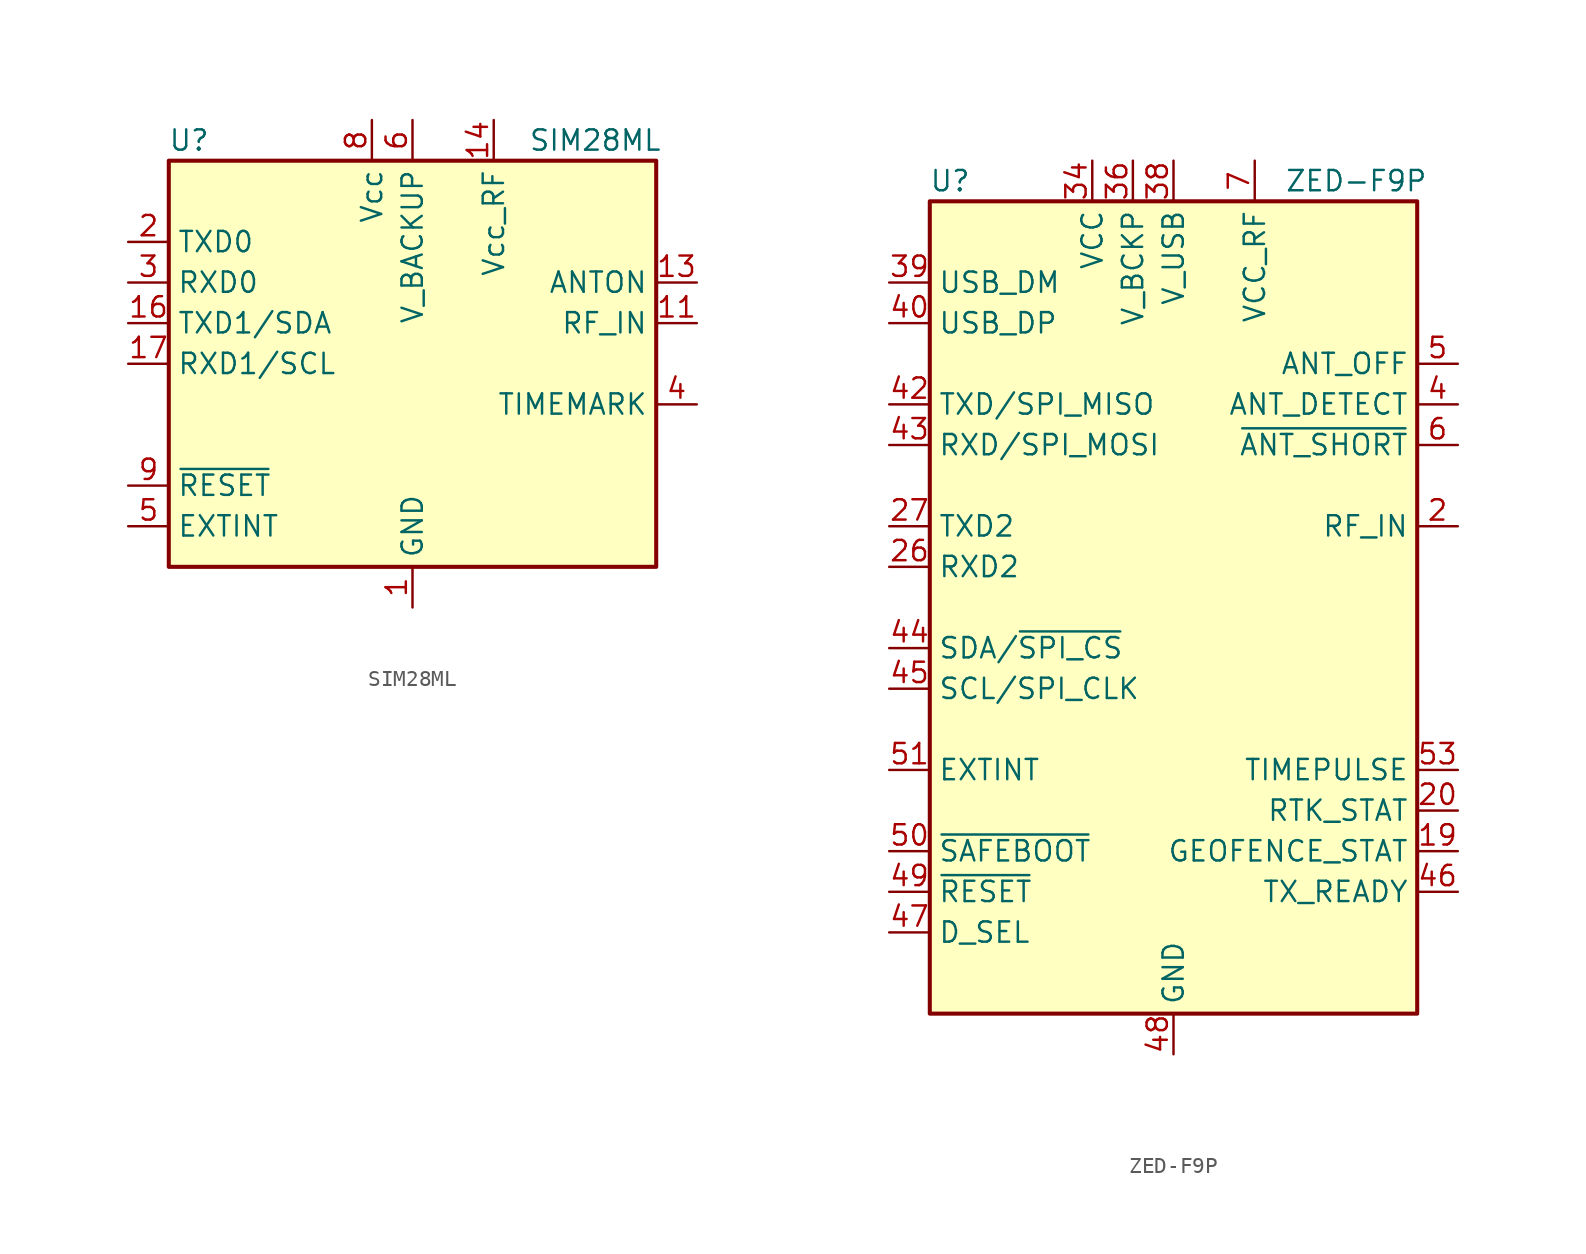
<source format=kicad_sym>
(kicad_symbol_lib
  (version 20231120)
  (generator "kicad_symbol_editor")
  (generator_version "8.0")
  (symbol "SIM28ML"
    (property "Reference" "U"
      (at -13.97 13.97 0)
      (effects (font (size 1.27 1.27))))
    (property "Value" "SIM28ML"
      (at 11.43 13.97 0)
      (effects (font (size 1.27 1.27))))
    (symbol "SIM28ML_0_1"
      (rectangle (start -15.24 12.7) (end 15.24 -12.7) (stroke (width 0.254) (type default)) (fill (type background))))
    (symbol "SIM28ML_1_1"
      (pin power_in line (at 0 -15.24 90) (length 2.54) (name "GND" (effects (font (size 1.27 1.27)))) (number "1" (effects (font (size 1.27 1.27)))))
      (pin passive line (at 0 -15.24 90) (length 2.54) hide (name "GND" (effects (font (size 1.27 1.27)))) (number "10" (effects (font (size 1.27 1.27)))))
      (pin input line (at 17.78 2.54 180) (length 2.54) (name "RF_IN" (effects (font (size 1.27 1.27)))) (number "11" (effects (font (size 1.27 1.27)))))
      (pin passive line (at 0 -15.24 90) (length 2.54) hide (name "GND" (effects (font (size 1.27 1.27)))) (number "12" (effects (font (size 1.27 1.27)))))
      (pin power_out line (at 17.78 5.08 180) (length 2.54) (name "ANTON" (effects (font (size 1.27 1.27)))) (number "13" (effects (font (size 1.27 1.27)))))
      (pin power_out line (at 5.08 15.24 270) (length 2.54) (name "Vcc_RF" (effects (font (size 1.27 1.27)))) (number "14" (effects (font (size 1.27 1.27)))))
      (pin no_connect line (at 15.24 -7.62 180) (length 2.54) hide (name "NC" (effects (font (size 1.27 1.27)))) (number "15" (effects (font (size 1.27 1.27)))))
      (pin bidirectional line (at -17.78 2.54 0) (length 2.54) (name "TXD1/SDA" (effects (font (size 1.27 1.27)))) (number "16" (effects (font (size 1.27 1.27)))))
      (pin input line (at -17.78 0 0) (length 2.54) (name "RXD1/SCL" (effects (font (size 1.27 1.27)))) (number "17" (effects (font (size 1.27 1.27)))))
      (pin no_connect line (at 15.24 -10.16 180) (length 2.54) hide (name "NC" (effects (font (size 1.27 1.27)))) (number "18" (effects (font (size 1.27 1.27)))))
      (pin output line (at -17.78 7.62 0) (length 2.54) (name "TXD0" (effects (font (size 1.27 1.27)))) (number "2" (effects (font (size 1.27 1.27)))))
      (pin input line (at -17.78 5.08 0) (length 2.54) (name "RXD0" (effects (font (size 1.27 1.27)))) (number "3" (effects (font (size 1.27 1.27)))))
      (pin output line (at 17.78 -2.54 180) (length 2.54) (name "TIMEMARK" (effects (font (size 1.27 1.27)))) (number "4" (effects (font (size 1.27 1.27)))))
      (pin input line (at -17.78 -10.16 0) (length 2.54) (name "EXTINT" (effects (font (size 1.27 1.27)))) (number "5" (effects (font (size 1.27 1.27)))))
      (pin power_in line (at 0 15.24 270) (length 2.54) (name "V_BACKUP" (effects (font (size 1.27 1.27)))) (number "6" (effects (font (size 1.27 1.27)))))
      (pin no_connect line (at 15.24 -5.08 180) (length 2.54) hide (name "NC" (effects (font (size 1.27 1.27)))) (number "7" (effects (font (size 1.27 1.27)))))
      (pin power_in line (at -2.54 15.24 270) (length 2.54) (name "Vcc" (effects (font (size 1.27 1.27)))) (number "8" (effects (font (size 1.27 1.27)))))
      (pin input line (at -17.78 -7.62 0) (length 2.54) (name "~{RESET}" (effects (font (size 1.27 1.27)))) (number "9" (effects (font (size 1.27 1.27)))))))
  (symbol "ZED-F9P"
    (property "Reference" "U"
      (at -13.97 26.67 0)
      (effects (font (size 1.27 1.27))))
    (property "Value" "ZED-F9P"
      (at 11.43 26.67 0)
      (effects (font (size 1.27 1.27))))
    (symbol "ZED-F9P_0_1"
      (rectangle (start -15.24 25.4) (end 15.24 -25.4) (stroke (width 0.254) (type default)) (fill (type background))))
    (symbol "ZED-F9P_1_1"
      (pin passive line (at 0 -27.94 90) (length 2.54) hide (name "GND" (effects (font (size 1.27 1.27)))) (number "1" (effects (font (size 1.27 1.27)))))
      (pin no_connect line (at -15.24 7.62 0) (length 2.54) hide (name "Reserved" (effects (font (size 1.27 1.27)))) (number "10" (effects (font (size 1.27 1.27)))))
      (pin no_connect line (at -15.24 0 0) (length 2.54) hide (name "Reserved" (effects (font (size 1.27 1.27)))) (number "11" (effects (font (size 1.27 1.27)))))
      (pin passive line (at 0 -27.94 90) (length 2.54) hide (name "GND" (effects (font (size 1.27 1.27)))) (number "12" (effects (font (size 1.27 1.27)))))
      (pin no_connect line (at -15.24 -7.62 0) (length 2.54) hide (name "Reserved" (effects (font (size 1.27 1.27)))) (number "13" (effects (font (size 1.27 1.27)))))
      (pin passive line (at 0 -27.94 90) (length 2.54) hide (name "GND" (effects (font (size 1.27 1.27)))) (number "14" (effects (font (size 1.27 1.27)))))
      (pin no_connect line (at -15.24 -12.7 0) (length 2.54) hide (name "Reserved" (effects (font (size 1.27 1.27)))) (number "15" (effects (font (size 1.27 1.27)))))
      (pin no_connect line (at -7.62 -25.4 90) (length 2.54) hide (name "Reserved" (effects (font (size 1.27 1.27)))) (number "16" (effects (font (size 1.27 1.27)))))
      (pin no_connect line (at -5.08 -25.4 90) (length 2.54) hide (name "Reserved" (effects (font (size 1.27 1.27)))) (number "17" (effects (font (size 1.27 1.27)))))
      (pin no_connect line (at -2.54 -25.4 90) (length 2.54) hide (name "Reserved" (effects (font (size 1.27 1.27)))) (number "18" (effects (font (size 1.27 1.27)))))
      (pin output line (at 17.78 -15.24 180) (length 2.54) (name "GEOFENCE_STAT" (effects (font (size 1.27 1.27)))) (number "19" (effects (font (size 1.27 1.27)))))
      (pin input line (at 17.78 5.08 180) (length 2.54) (name "RF_IN" (effects (font (size 1.27 1.27)))) (number "2" (effects (font (size 1.27 1.27)))))
      (pin output line (at 17.78 -12.7 180) (length 2.54) (name "RTK_STAT" (effects (font (size 1.27 1.27)))) (number "20" (effects (font (size 1.27 1.27)))))
      (pin no_connect line (at 2.54 -25.4 90) (length 2.54) hide (name "Reserved" (effects (font (size 1.27 1.27)))) (number "21" (effects (font (size 1.27 1.27)))))
      (pin no_connect line (at 5.08 -25.4 90) (length 2.54) hide (name "Reserved" (effects (font (size 1.27 1.27)))) (number "22" (effects (font (size 1.27 1.27)))))
      (pin no_connect line (at 7.62 -25.4 90) (length 2.54) hide (name "Reserved" (effects (font (size 1.27 1.27)))) (number "23" (effects (font (size 1.27 1.27)))))
      (pin no_connect line (at 15.24 -7.62 180) (length 2.54) hide (name "Reserved" (effects (font (size 1.27 1.27)))) (number "24" (effects (font (size 1.27 1.27)))))
      (pin no_connect line (at 15.24 -5.08 180) (length 2.54) hide (name "Reserved" (effects (font (size 1.27 1.27)))) (number "25" (effects (font (size 1.27 1.27)))))
      (pin input line (at -17.78 2.54 0) (length 2.54) (name "RXD2" (effects (font (size 1.27 1.27)))) (number "26" (effects (font (size 1.27 1.27)))))
      (pin output line (at -17.78 5.08 0) (length 2.54) (name "TXD2" (effects (font (size 1.27 1.27)))) (number "27" (effects (font (size 1.27 1.27)))))
      (pin no_connect line (at 15.24 -2.54 180) (length 2.54) hide (name "Reserved" (effects (font (size 1.27 1.27)))) (number "28" (effects (font (size 1.27 1.27)))))
      (pin no_connect line (at 15.24 0 180) (length 2.54) hide (name "Reserved" (effects (font (size 1.27 1.27)))) (number "29" (effects (font (size 1.27 1.27)))))
      (pin passive line (at 0 -27.94 90) (length 2.54) hide (name "GND" (effects (font (size 1.27 1.27)))) (number "3" (effects (font (size 1.27 1.27)))))
      (pin no_connect line (at 15.24 2.54 180) (length 2.54) hide (name "Reserved" (effects (font (size 1.27 1.27)))) (number "30" (effects (font (size 1.27 1.27)))))
      (pin no_connect line (at 15.24 7.62 180) (length 2.54) hide (name "Reserved" (effects (font (size 1.27 1.27)))) (number "31" (effects (font (size 1.27 1.27)))))
      (pin passive line (at 0 -27.94 90) (length 2.54) hide (name "GND" (effects (font (size 1.27 1.27)))) (number "32" (effects (font (size 1.27 1.27)))))
      (pin passive line (at -5.08 27.94 270) (length 2.54) hide (name "VCC" (effects (font (size 1.27 1.27)))) (number "33" (effects (font (size 1.27 1.27)))))
      (pin power_in line (at -5.08 27.94 270) (length 2.54) (name "VCC" (effects (font (size 1.27 1.27)))) (number "34" (effects (font (size 1.27 1.27)))))
      (pin no_connect line (at 15.24 17.78 180) (length 2.54) hide (name "Reserved" (effects (font (size 1.27 1.27)))) (number "35" (effects (font (size 1.27 1.27)))))
      (pin power_in line (at -2.54 27.94 270) (length 2.54) (name "V_BCKP" (effects (font (size 1.27 1.27)))) (number "36" (effects (font (size 1.27 1.27)))))
      (pin passive line (at 0 -27.94 90) (length 2.54) hide (name "GND" (effects (font (size 1.27 1.27)))) (number "37" (effects (font (size 1.27 1.27)))))
      (pin power_in line (at 0 27.94 270) (length 2.54) (name "V_USB" (effects (font (size 1.27 1.27)))) (number "38" (effects (font (size 1.27 1.27)))))
      (pin bidirectional line (at -17.78 20.32 0) (length 2.54) (name "USB_DM" (effects (font (size 1.27 1.27)))) (number "39" (effects (font (size 1.27 1.27)))))
      (pin input line (at 17.78 12.7 180) (length 2.54) (name "ANT_DETECT" (effects (font (size 1.27 1.27)))) (number "4" (effects (font (size 1.27 1.27)))))
      (pin bidirectional line (at -17.78 17.78 0) (length 2.54) (name "USB_DP" (effects (font (size 1.27 1.27)))) (number "40" (effects (font (size 1.27 1.27)))))
      (pin passive line (at 0 -27.94 90) (length 2.54) hide (name "GND" (effects (font (size 1.27 1.27)))) (number "41" (effects (font (size 1.27 1.27)))))
      (pin output line (at -17.78 12.7 0) (length 2.54) (name "TXD/SPI_MISO" (effects (font (size 1.27 1.27)))) (number "42" (effects (font (size 1.27 1.27)))))
      (pin input line (at -17.78 10.16 0) (length 2.54) (name "RXD/SPI_MOSI" (effects (font (size 1.27 1.27)))) (number "43" (effects (font (size 1.27 1.27)))))
      (pin bidirectional line (at -17.78 -2.54 0) (length 2.54) (name "SDA/~{SPI_CS}" (effects (font (size 1.27 1.27)))) (number "44" (effects (font (size 1.27 1.27)))))
      (pin bidirectional line (at -17.78 -5.08 0) (length 2.54) (name "SCL/SPI_CLK" (effects (font (size 1.27 1.27)))) (number "45" (effects (font (size 1.27 1.27)))))
      (pin output line (at 17.78 -17.78 180) (length 2.54) (name "TX_READY" (effects (font (size 1.27 1.27)))) (number "46" (effects (font (size 1.27 1.27)))))
      (pin input line (at -17.78 -20.32 0) (length 2.54) (name "D_SEL" (effects (font (size 1.27 1.27)))) (number "47" (effects (font (size 1.27 1.27)))))
      (pin power_in line (at 0 -27.94 90) (length 2.54) (name "GND" (effects (font (size 1.27 1.27)))) (number "48" (effects (font (size 1.27 1.27)))))
      (pin input line (at -17.78 -17.78 0) (length 2.54) (name "~{RESET}" (effects (font (size 1.27 1.27)))) (number "49" (effects (font (size 1.27 1.27)))))
      (pin output line (at 17.78 15.24 180) (length 2.54) (name "ANT_OFF" (effects (font (size 1.27 1.27)))) (number "5" (effects (font (size 1.27 1.27)))))
      (pin input line (at -17.78 -15.24 0) (length 2.54) (name "~{SAFEBOOT}" (effects (font (size 1.27 1.27)))) (number "50" (effects (font (size 1.27 1.27)))))
      (pin input line (at -17.78 -10.16 0) (length 2.54) (name "EXTINT" (effects (font (size 1.27 1.27)))) (number "51" (effects (font (size 1.27 1.27)))))
      (pin no_connect line (at 15.24 20.32 180) (length 2.54) hide (name "Reserved" (effects (font (size 1.27 1.27)))) (number "52" (effects (font (size 1.27 1.27)))))
      (pin output line (at 17.78 -10.16 180) (length 2.54) (name "TIMEPULSE" (effects (font (size 1.27 1.27)))) (number "53" (effects (font (size 1.27 1.27)))))
      (pin no_connect line (at 15.24 22.86 180) (length 2.54) hide (name "Reserved" (effects (font (size 1.27 1.27)))) (number "54" (effects (font (size 1.27 1.27)))))
      (pin passive line (at 0 -27.94 90) (length 2.54) hide (name "GND" (effects (font (size 1.27 1.27)))) (number "55" (effects (font (size 1.27 1.27)))))
      (pin input line (at 17.78 10.16 180) (length 2.54) (name "~{ANT_SHORT}" (effects (font (size 1.27 1.27)))) (number "6" (effects (font (size 1.27 1.27)))))
      (pin power_out line (at 5.08 27.94 270) (length 2.54) (name "VCC_RF" (effects (font (size 1.27 1.27)))) (number "7" (effects (font (size 1.27 1.27)))))
      (pin no_connect line (at -15.24 22.86 0) (length 2.54) hide (name "Reserved" (effects (font (size 1.27 1.27)))) (number "8" (effects (font (size 1.27 1.27)))))
      (pin no_connect line (at -15.24 15.24 0) (length 2.54) hide (name "Reserved" (effects (font (size 1.27 1.27)))) (number "9" (effects (font (size 1.27 1.27))))))))
</source>
